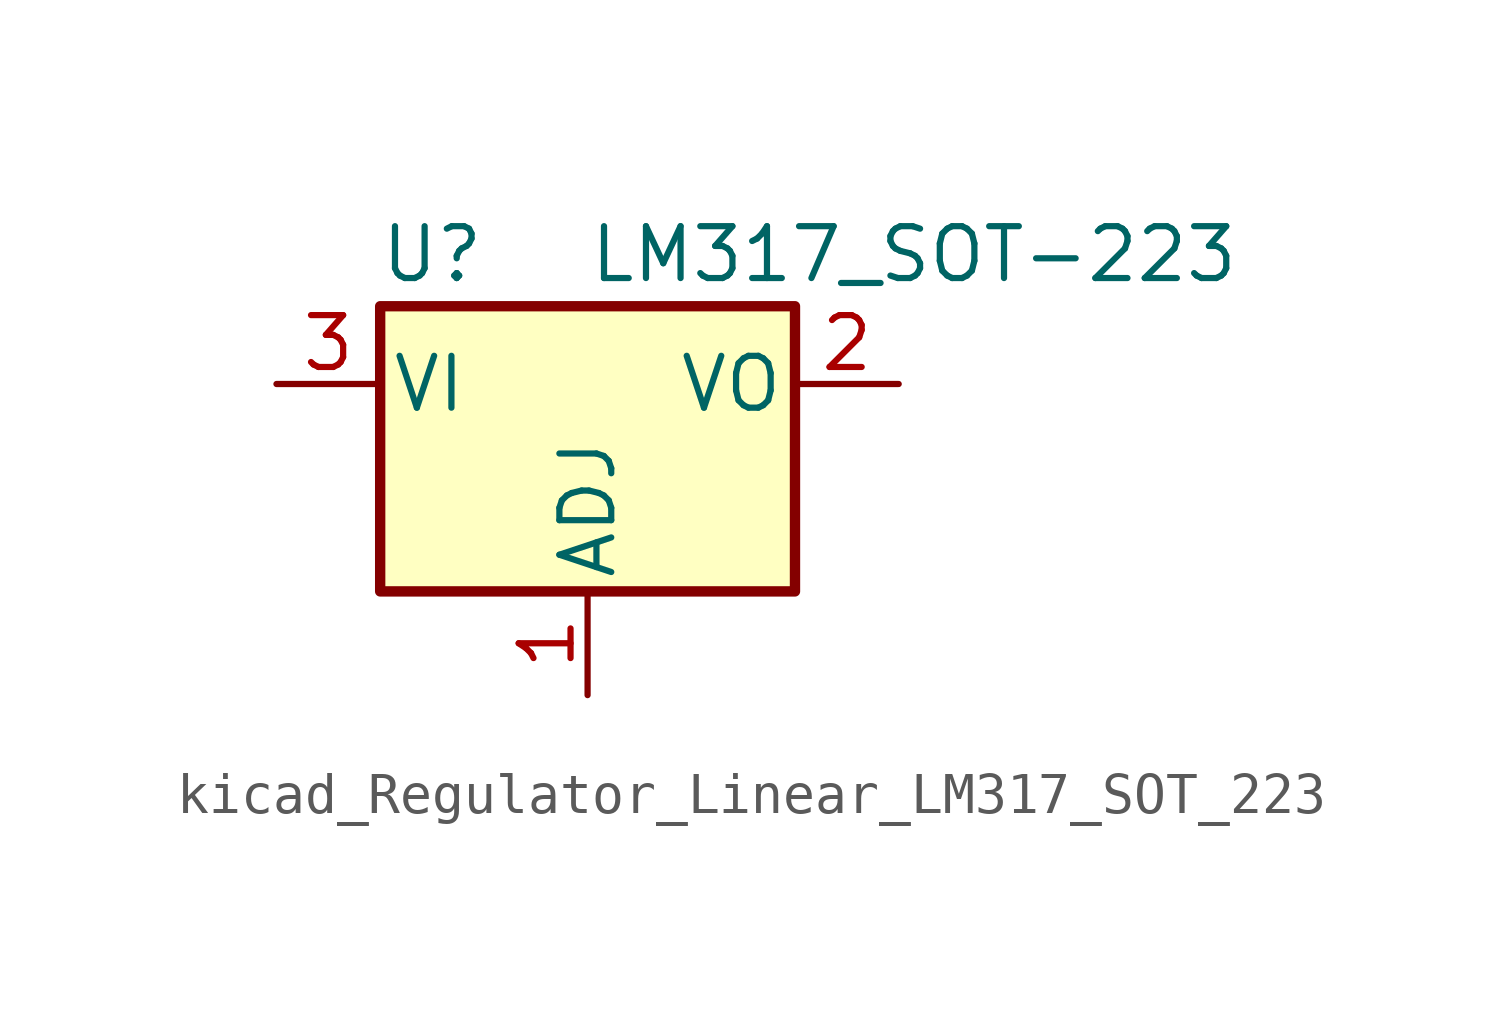
<source format=kicad_sym>
(kicad_symbol_lib
  (version 20220914)
  (generator kicad_symbol_editor)
  (symbol "kicad_Regulator_Linear_LM317_SOT_223"
    (pin_names
      (offset 0.254))
    (property "Reference" "U"
      (at -3.81 3.175 0)
      (effects (font (size 1.27 1.27))))
    (property "Value" "LM317_SOT-223"
      (at 0 3.175 0)
      (effects (font (size 1.27 1.27)) (justify left)))
    (symbol "kicad_Regulator_Linear_LM317_SOT_223_0_1"
      (rectangle (start -5.08 1.905) (end 5.08 -5.08) (stroke (width 0.254) (type default)) (fill (type background))))
    (symbol "kicad_Regulator_Linear_LM317_SOT_223_1_1"
      (pin input line (at 0 -7.62 90) (length 2.54) (name "ADJ" (effects (font (size 1.27 1.27)))) (number "1" (effects (font (size 1.27 1.27)))))
      (pin power_out line (at 7.62 0 180) (length 2.54) (name "VO" (effects (font (size 1.27 1.27)))) (number "2" (effects (font (size 1.27 1.27)))))
      (pin power_in line (at -7.62 0 0) (length 2.54) (name "VI" (effects (font (size 1.27 1.27)))) (number "3" (effects (font (size 1.27 1.27))))))))
</source>
